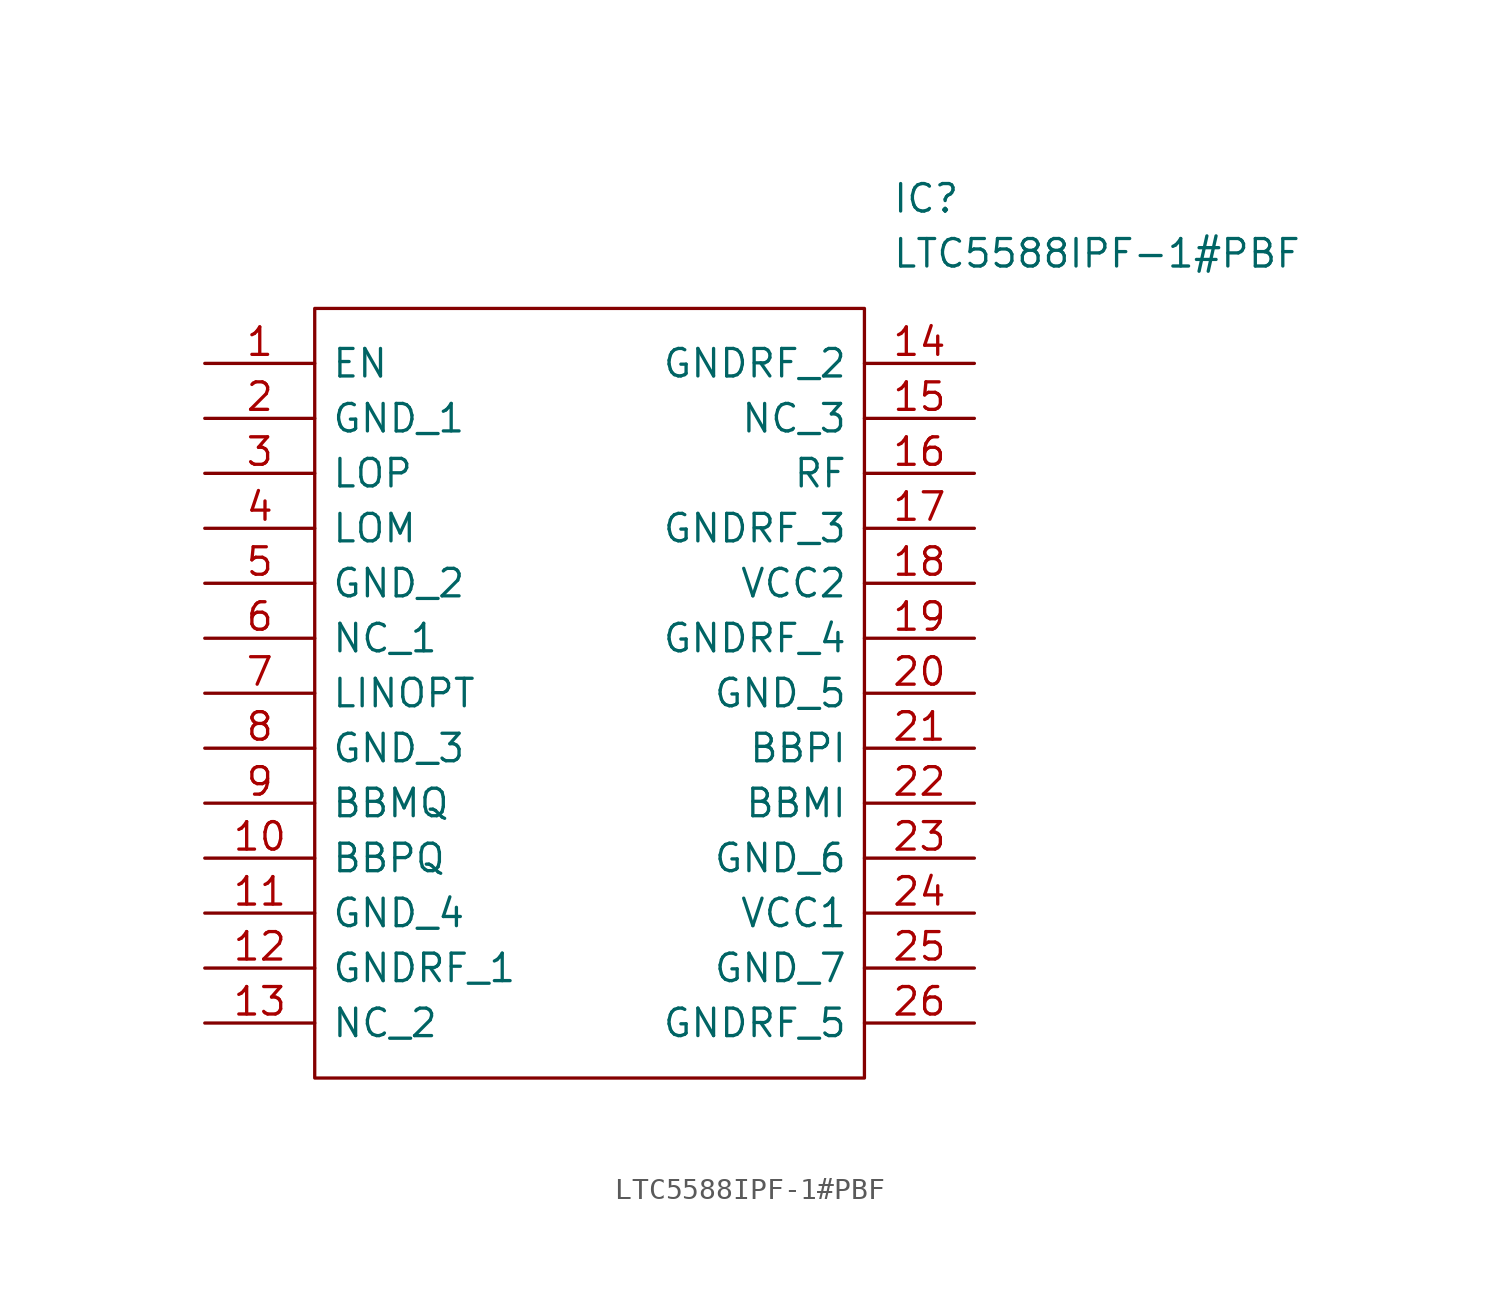
<source format=kicad_sym>
(kicad_symbol_lib
  (version 20211014)
  (generator kicad_symbol_editor)
  (symbol "LTC5588IPF-1#PBF"
    (pin_names
      (offset 0.762))
    (property "Reference" "IC"
      (at 31.75 7.62 0)
      (effects (font (size 1.27 1.27)) (justify left)))
    (property "Value" "LTC5588IPF-1#PBF"
      (at 31.75 5.08 0)
      (effects (font (size 1.27 1.27)) (justify left)))
    (symbol "LTC5588IPF-1#PBF_0_0"
      (pin passive line (at 0 0 0) (length 5.08) (name "EN" (effects (font (size 1.27 1.27)))) (number "1" (effects (font (size 1.27 1.27)))))
      (pin passive line (at 0 -22.86 0) (length 5.08) (name "BBPQ" (effects (font (size 1.27 1.27)))) (number "10" (effects (font (size 1.27 1.27)))))
      (pin passive line (at 0 -25.4 0) (length 5.08) (name "GND_4" (effects (font (size 1.27 1.27)))) (number "11" (effects (font (size 1.27 1.27)))))
      (pin passive line (at 0 -27.94 0) (length 5.08) (name "GNDRF_1" (effects (font (size 1.27 1.27)))) (number "12" (effects (font (size 1.27 1.27)))))
      (pin passive line (at 0 -30.48 0) (length 5.08) (name "NC_2" (effects (font (size 1.27 1.27)))) (number "13" (effects (font (size 1.27 1.27)))))
      (pin passive line (at 35.56 0 180) (length 5.08) (name "GNDRF_2" (effects (font (size 1.27 1.27)))) (number "14" (effects (font (size 1.27 1.27)))))
      (pin passive line (at 35.56 -2.54 180) (length 5.08) (name "NC_3" (effects (font (size 1.27 1.27)))) (number "15" (effects (font (size 1.27 1.27)))))
      (pin passive line (at 35.56 -5.08 180) (length 5.08) (name "RF" (effects (font (size 1.27 1.27)))) (number "16" (effects (font (size 1.27 1.27)))))
      (pin passive line (at 35.56 -7.62 180) (length 5.08) (name "GNDRF_3" (effects (font (size 1.27 1.27)))) (number "17" (effects (font (size 1.27 1.27)))))
      (pin passive line (at 35.56 -10.16 180) (length 5.08) (name "VCC2" (effects (font (size 1.27 1.27)))) (number "18" (effects (font (size 1.27 1.27)))))
      (pin passive line (at 35.56 -12.7 180) (length 5.08) (name "GNDRF_4" (effects (font (size 1.27 1.27)))) (number "19" (effects (font (size 1.27 1.27)))))
      (pin passive line (at 0 -2.54 0) (length 5.08) (name "GND_1" (effects (font (size 1.27 1.27)))) (number "2" (effects (font (size 1.27 1.27)))))
      (pin passive line (at 35.56 -15.24 180) (length 5.08) (name "GND_5" (effects (font (size 1.27 1.27)))) (number "20" (effects (font (size 1.27 1.27)))))
      (pin passive line (at 35.56 -17.78 180) (length 5.08) (name "BBPI" (effects (font (size 1.27 1.27)))) (number "21" (effects (font (size 1.27 1.27)))))
      (pin passive line (at 35.56 -20.32 180) (length 5.08) (name "BBMI" (effects (font (size 1.27 1.27)))) (number "22" (effects (font (size 1.27 1.27)))))
      (pin passive line (at 35.56 -22.86 180) (length 5.08) (name "GND_6" (effects (font (size 1.27 1.27)))) (number "23" (effects (font (size 1.27 1.27)))))
      (pin passive line (at 35.56 -25.4 180) (length 5.08) (name "VCC1" (effects (font (size 1.27 1.27)))) (number "24" (effects (font (size 1.27 1.27)))))
      (pin passive line (at 35.56 -27.94 180) (length 5.08) (name "GND_7" (effects (font (size 1.27 1.27)))) (number "25" (effects (font (size 1.27 1.27)))))
      (pin passive line (at 35.56 -30.48 180) (length 5.08) (name "GNDRF_5" (effects (font (size 1.27 1.27)))) (number "26" (effects (font (size 1.27 1.27)))))
      (pin passive line (at 0 -5.08 0) (length 5.08) (name "LOP" (effects (font (size 1.27 1.27)))) (number "3" (effects (font (size 1.27 1.27)))))
      (pin passive line (at 0 -7.62 0) (length 5.08) (name "LOM" (effects (font (size 1.27 1.27)))) (number "4" (effects (font (size 1.27 1.27)))))
      (pin passive line (at 0 -10.16 0) (length 5.08) (name "GND_2" (effects (font (size 1.27 1.27)))) (number "5" (effects (font (size 1.27 1.27)))))
      (pin passive line (at 0 -12.7 0) (length 5.08) (name "NC_1" (effects (font (size 1.27 1.27)))) (number "6" (effects (font (size 1.27 1.27)))))
      (pin passive line (at 0 -15.24 0) (length 5.08) (name "LINOPT" (effects (font (size 1.27 1.27)))) (number "7" (effects (font (size 1.27 1.27)))))
      (pin passive line (at 0 -17.78 0) (length 5.08) (name "GND_3" (effects (font (size 1.27 1.27)))) (number "8" (effects (font (size 1.27 1.27)))))
      (pin passive line (at 0 -20.32 0) (length 5.08) (name "BBMQ" (effects (font (size 1.27 1.27)))) (number "9" (effects (font (size 1.27 1.27))))))
    (symbol "LTC5588IPF-1#PBF_0_1"
      (polyline (pts (xy 5.08 2.54) (xy 30.48 2.54) (xy 30.48 -33.02) (xy 5.08 -33.02) (xy 5.08 2.54)) (stroke (width 0.152) (type default) (color 0 0 0 0)) (fill (type none))))))
</source>
